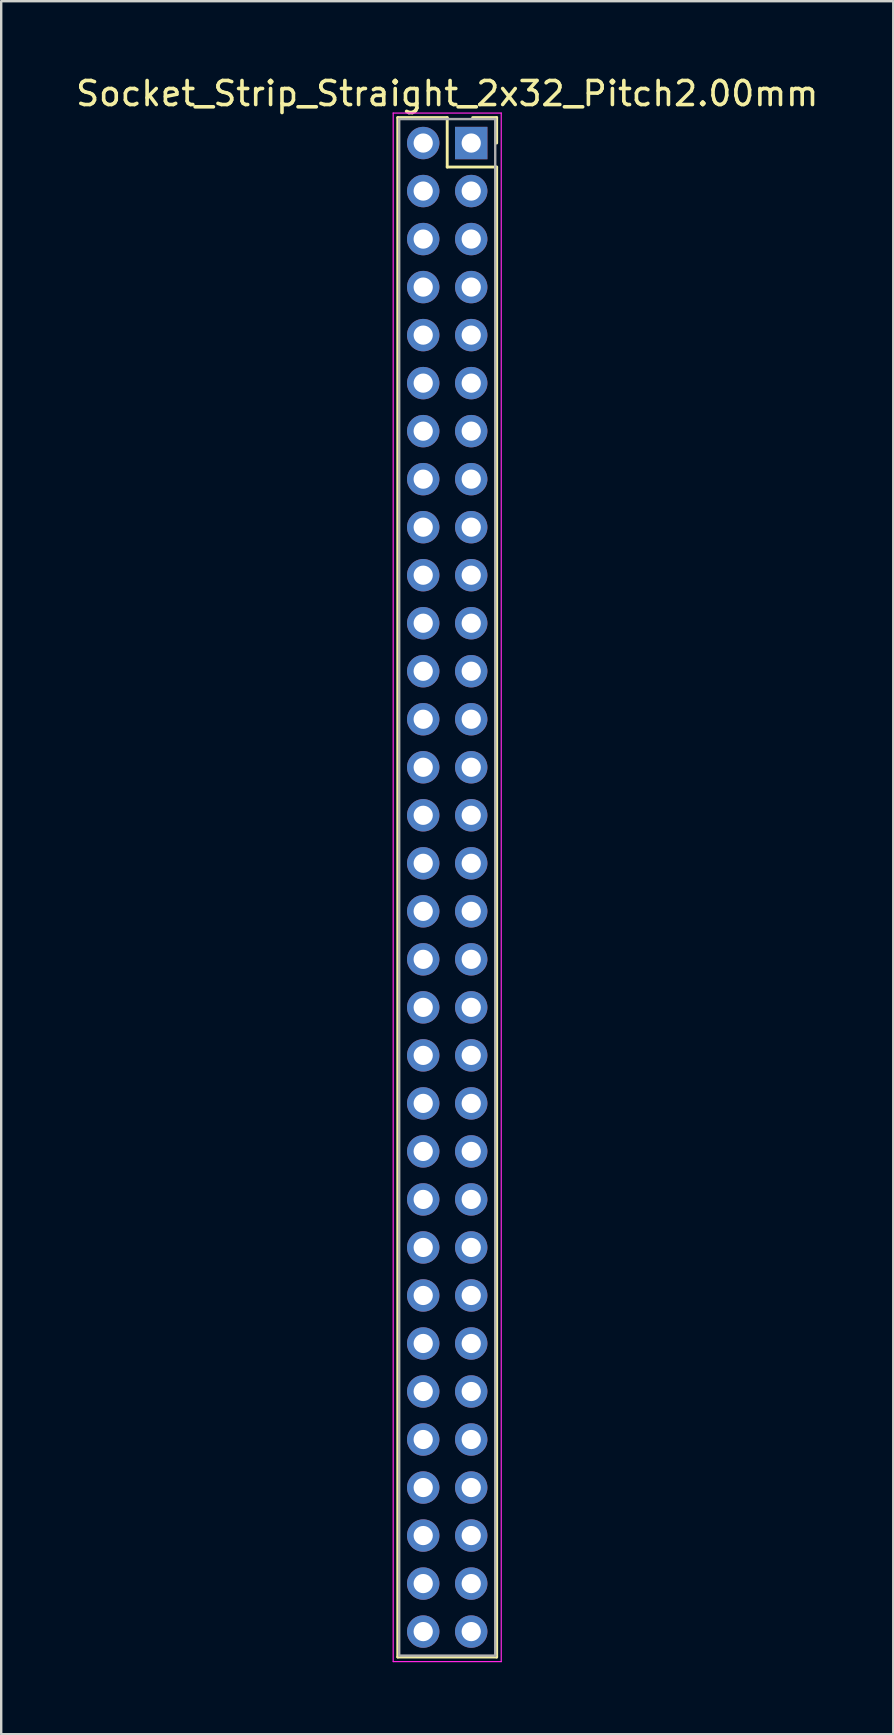
<source format=kicad_pcb>
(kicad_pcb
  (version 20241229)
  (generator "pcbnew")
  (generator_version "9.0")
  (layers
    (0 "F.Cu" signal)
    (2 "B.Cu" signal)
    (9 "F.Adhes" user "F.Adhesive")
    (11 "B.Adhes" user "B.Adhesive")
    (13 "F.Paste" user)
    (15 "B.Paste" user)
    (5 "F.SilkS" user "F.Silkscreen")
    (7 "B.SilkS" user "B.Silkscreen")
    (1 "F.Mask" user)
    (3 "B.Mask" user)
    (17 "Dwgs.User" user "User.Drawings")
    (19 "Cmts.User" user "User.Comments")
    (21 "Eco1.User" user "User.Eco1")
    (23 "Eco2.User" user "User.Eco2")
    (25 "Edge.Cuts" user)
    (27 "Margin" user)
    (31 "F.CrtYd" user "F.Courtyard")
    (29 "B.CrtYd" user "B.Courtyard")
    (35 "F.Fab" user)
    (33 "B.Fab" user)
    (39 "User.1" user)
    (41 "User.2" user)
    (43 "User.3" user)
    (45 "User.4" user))
  (footprint "Socket_Strip_Straight_2x32_Pitch2.00mm"
    (layer "F.Cu")
    (at 16.577 2.908)
    (property "Reference" "Socket_Strip_Straight_2x32_Pitch2.00mm" (at -1 -2.06 0) (layer "F.SilkS") (effects (font (size 1 1) (thickness 0.15))))
    (attr through_hole)
    (fp_line (start -3.06 -1.06) (end -1 -1.06) (stroke (width 0.12) (type solid)) (layer "F.SilkS"))
    (fp_line (start -3.06 63.06) (end -3.06 -1.06) (stroke (width 0.12) (type solid)) (layer "F.SilkS"))
    (fp_line (start -1 -1.06) (end -1 1) (stroke (width 0.12) (type solid)) (layer "F.SilkS"))
    (fp_line (start -1 1) (end 1.06 1) (stroke (width 0.12) (type solid)) (layer "F.SilkS"))
    (fp_line (start 1.06 -1.06) (end 0.06 -1.06) (stroke (width 0.12) (type solid)) (layer "F.SilkS"))
    (fp_line (start 1.06 0) (end 1.06 -1.06) (stroke (width 0.12) (type solid)) (layer "F.SilkS"))
    (fp_line (start 1.06 1) (end 1.06 63.06) (stroke (width 0.12) (type solid)) (layer "F.SilkS"))
    (fp_line (start 1.06 63.06) (end -3.06 63.06) (stroke (width 0.12) (type solid)) (layer "F.SilkS"))
    (fp_line (start -3.25 -1.25) (end -3.25 63.25) (stroke (width 0.05) (type solid)) (layer "F.CrtYd"))
    (fp_line (start -3.25 63.25) (end 1.25 63.25) (stroke (width 0.05) (type solid)) (layer "F.CrtYd"))
    (fp_line (start 1.25 -1.25) (end -3.25 -1.25) (stroke (width 0.05) (type solid)) (layer "F.CrtYd"))
    (fp_line (start 1.25 63.25) (end 1.25 -1.25) (stroke (width 0.05) (type solid)) (layer "F.CrtYd"))
    (fp_line (start -3 -1) (end -3 63) (stroke (width 0.1) (type solid)) (layer "F.Fab"))
    (fp_line (start -3 63) (end 1 63) (stroke (width 0.1) (type solid)) (layer "F.Fab"))
    (fp_line (start 1 -1) (end -3 -1) (stroke (width 0.1) (type solid)) (layer "F.Fab"))
    (fp_line (start 1 63) (end 1 -1) (stroke (width 0.1) (type solid)) (layer "F.Fab"))
    (pad "1" thru_hole rect (at 0 0) (size 1.35 1.35) (drill 0.8) (layers "*.Cu" "*.Mask"))
    (pad "2" thru_hole oval (at -2 0) (size 1.35 1.35) (drill 0.8) (layers "*.Cu" "*.Mask"))
    (pad "3" thru_hole oval (at 0 2) (size 1.35 1.35) (drill 0.8) (layers "*.Cu" "*.Mask"))
    (pad "4" thru_hole oval (at -2 2) (size 1.35 1.35) (drill 0.8) (layers "*.Cu" "*.Mask"))
    (pad "5" thru_hole oval (at 0 4) (size 1.35 1.35) (drill 0.8) (layers "*.Cu" "*.Mask"))
    (pad "6" thru_hole oval (at -2 4) (size 1.35 1.35) (drill 0.8) (layers "*.Cu" "*.Mask"))
    (pad "7" thru_hole oval (at 0 6) (size 1.35 1.35) (drill 0.8) (layers "*.Cu" "*.Mask"))
    (pad "8" thru_hole oval (at -2 6) (size 1.35 1.35) (drill 0.8) (layers "*.Cu" "*.Mask"))
    (pad "9" thru_hole oval (at 0 8) (size 1.35 1.35) (drill 0.8) (layers "*.Cu" "*.Mask"))
    (pad "10" thru_hole oval (at -2 8) (size 1.35 1.35) (drill 0.8) (layers "*.Cu" "*.Mask"))
    (pad "11" thru_hole oval (at 0 10) (size 1.35 1.35) (drill 0.8) (layers "*.Cu" "*.Mask"))
    (pad "12" thru_hole oval (at -2 10) (size 1.35 1.35) (drill 0.8) (layers "*.Cu" "*.Mask"))
    (pad "13" thru_hole oval (at 0 12) (size 1.35 1.35) (drill 0.8) (layers "*.Cu" "*.Mask"))
    (pad "14" thru_hole oval (at -2 12) (size 1.35 1.35) (drill 0.8) (layers "*.Cu" "*.Mask"))
    (pad "15" thru_hole oval (at 0 14) (size 1.35 1.35) (drill 0.8) (layers "*.Cu" "*.Mask"))
    (pad "16" thru_hole oval (at -2 14) (size 1.35 1.35) (drill 0.8) (layers "*.Cu" "*.Mask"))
    (pad "17" thru_hole oval (at 0 16) (size 1.35 1.35) (drill 0.8) (layers "*.Cu" "*.Mask"))
    (pad "18" thru_hole oval (at -2 16) (size 1.35 1.35) (drill 0.8) (layers "*.Cu" "*.Mask"))
    (pad "19" thru_hole oval (at 0 18) (size 1.35 1.35) (drill 0.8) (layers "*.Cu" "*.Mask"))
    (pad "20" thru_hole oval (at -2 18) (size 1.35 1.35) (drill 0.8) (layers "*.Cu" "*.Mask"))
    (pad "21" thru_hole oval (at 0 20) (size 1.35 1.35) (drill 0.8) (layers "*.Cu" "*.Mask"))
    (pad "22" thru_hole oval (at -2 20) (size 1.35 1.35) (drill 0.8) (layers "*.Cu" "*.Mask"))
    (pad "23" thru_hole oval (at 0 22) (size 1.35 1.35) (drill 0.8) (layers "*.Cu" "*.Mask"))
    (pad "24" thru_hole oval (at -2 22) (size 1.35 1.35) (drill 0.8) (layers "*.Cu" "*.Mask"))
    (pad "25" thru_hole oval (at 0 24) (size 1.35 1.35) (drill 0.8) (layers "*.Cu" "*.Mask"))
    (pad "26" thru_hole oval (at -2 24) (size 1.35 1.35) (drill 0.8) (layers "*.Cu" "*.Mask"))
    (pad "27" thru_hole oval (at 0 26) (size 1.35 1.35) (drill 0.8) (layers "*.Cu" "*.Mask"))
    (pad "28" thru_hole oval (at -2 26) (size 1.35 1.35) (drill 0.8) (layers "*.Cu" "*.Mask"))
    (pad "29" thru_hole oval (at 0 28) (size 1.35 1.35) (drill 0.8) (layers "*.Cu" "*.Mask"))
    (pad "30" thru_hole oval (at -2 28) (size 1.35 1.35) (drill 0.8) (layers "*.Cu" "*.Mask"))
    (pad "31" thru_hole oval (at 0 30) (size 1.35 1.35) (drill 0.8) (layers "*.Cu" "*.Mask"))
    (pad "32" thru_hole oval (at -2 30) (size 1.35 1.35) (drill 0.8) (layers "*.Cu" "*.Mask"))
    (pad "33" thru_hole oval (at 0 32) (size 1.35 1.35) (drill 0.8) (layers "*.Cu" "*.Mask"))
    (pad "34" thru_hole oval (at -2 32) (size 1.35 1.35) (drill 0.8) (layers "*.Cu" "*.Mask"))
    (pad "35" thru_hole oval (at 0 34) (size 1.35 1.35) (drill 0.8) (layers "*.Cu" "*.Mask"))
    (pad "36" thru_hole oval (at -2 34) (size 1.35 1.35) (drill 0.8) (layers "*.Cu" "*.Mask"))
    (pad "37" thru_hole oval (at 0 36) (size 1.35 1.35) (drill 0.8) (layers "*.Cu" "*.Mask"))
    (pad "38" thru_hole oval (at -2 36) (size 1.35 1.35) (drill 0.8) (layers "*.Cu" "*.Mask"))
    (pad "39" thru_hole oval (at 0 38) (size 1.35 1.35) (drill 0.8) (layers "*.Cu" "*.Mask"))
    (pad "40" thru_hole oval (at -2 38) (size 1.35 1.35) (drill 0.8) (layers "*.Cu" "*.Mask"))
    (pad "41" thru_hole oval (at 0 40) (size 1.35 1.35) (drill 0.8) (layers "*.Cu" "*.Mask"))
    (pad "42" thru_hole oval (at -2 40) (size 1.35 1.35) (drill 0.8) (layers "*.Cu" "*.Mask"))
    (pad "43" thru_hole oval (at 0 42) (size 1.35 1.35) (drill 0.8) (layers "*.Cu" "*.Mask"))
    (pad "44" thru_hole oval (at -2 42) (size 1.35 1.35) (drill 0.8) (layers "*.Cu" "*.Mask"))
    (pad "45" thru_hole oval (at 0 44) (size 1.35 1.35) (drill 0.8) (layers "*.Cu" "*.Mask"))
    (pad "46" thru_hole oval (at -2 44) (size 1.35 1.35) (drill 0.8) (layers "*.Cu" "*.Mask"))
    (pad "47" thru_hole oval (at 0 46) (size 1.35 1.35) (drill 0.8) (layers "*.Cu" "*.Mask"))
    (pad "48" thru_hole oval (at -2 46) (size 1.35 1.35) (drill 0.8) (layers "*.Cu" "*.Mask"))
    (pad "49" thru_hole oval (at 0 48) (size 1.35 1.35) (drill 0.8) (layers "*.Cu" "*.Mask"))
    (pad "50" thru_hole oval (at -2 48) (size 1.35 1.35) (drill 0.8) (layers "*.Cu" "*.Mask"))
    (pad "51" thru_hole oval (at 0 50) (size 1.35 1.35) (drill 0.8) (layers "*.Cu" "*.Mask"))
    (pad "52" thru_hole oval (at -2 50) (size 1.35 1.35) (drill 0.8) (layers "*.Cu" "*.Mask"))
    (pad "53" thru_hole oval (at 0 52) (size 1.35 1.35) (drill 0.8) (layers "*.Cu" "*.Mask"))
    (pad "54" thru_hole oval (at -2 52) (size 1.35 1.35) (drill 0.8) (layers "*.Cu" "*.Mask"))
    (pad "55" thru_hole oval (at 0 54) (size 1.35 1.35) (drill 0.8) (layers "*.Cu" "*.Mask"))
    (pad "56" thru_hole oval (at -2 54) (size 1.35 1.35) (drill 0.8) (layers "*.Cu" "*.Mask"))
    (pad "57" thru_hole oval (at 0 56) (size 1.35 1.35) (drill 0.8) (layers "*.Cu" "*.Mask"))
    (pad "58" thru_hole oval (at -2 56) (size 1.35 1.35) (drill 0.8) (layers "*.Cu" "*.Mask"))
    (pad "59" thru_hole oval (at 0 58) (size 1.35 1.35) (drill 0.8) (layers "*.Cu" "*.Mask"))
    (pad "60" thru_hole oval (at -2 58) (size 1.35 1.35) (drill 0.8) (layers "*.Cu" "*.Mask"))
    (pad "61" thru_hole oval (at 0 60) (size 1.35 1.35) (drill 0.8) (layers "*.Cu" "*.Mask"))
    (pad "62" thru_hole oval (at -2 60) (size 1.35 1.35) (drill 0.8) (layers "*.Cu" "*.Mask"))
    (pad "63" thru_hole oval (at 0 62) (size 1.35 1.35) (drill 0.8) (layers "*.Cu" "*.Mask"))
    (pad "64" thru_hole oval (at -2 62) (size 1.35 1.35) (drill 0.8) (layers "*.Cu" "*.Mask")))
  (gr_rect
    (start -3 -3)
    (end 34.155 69.183)
    (stroke (width 0.1) (type default))
    (fill no)
    (layer "Edge.Cuts")))
</source>
